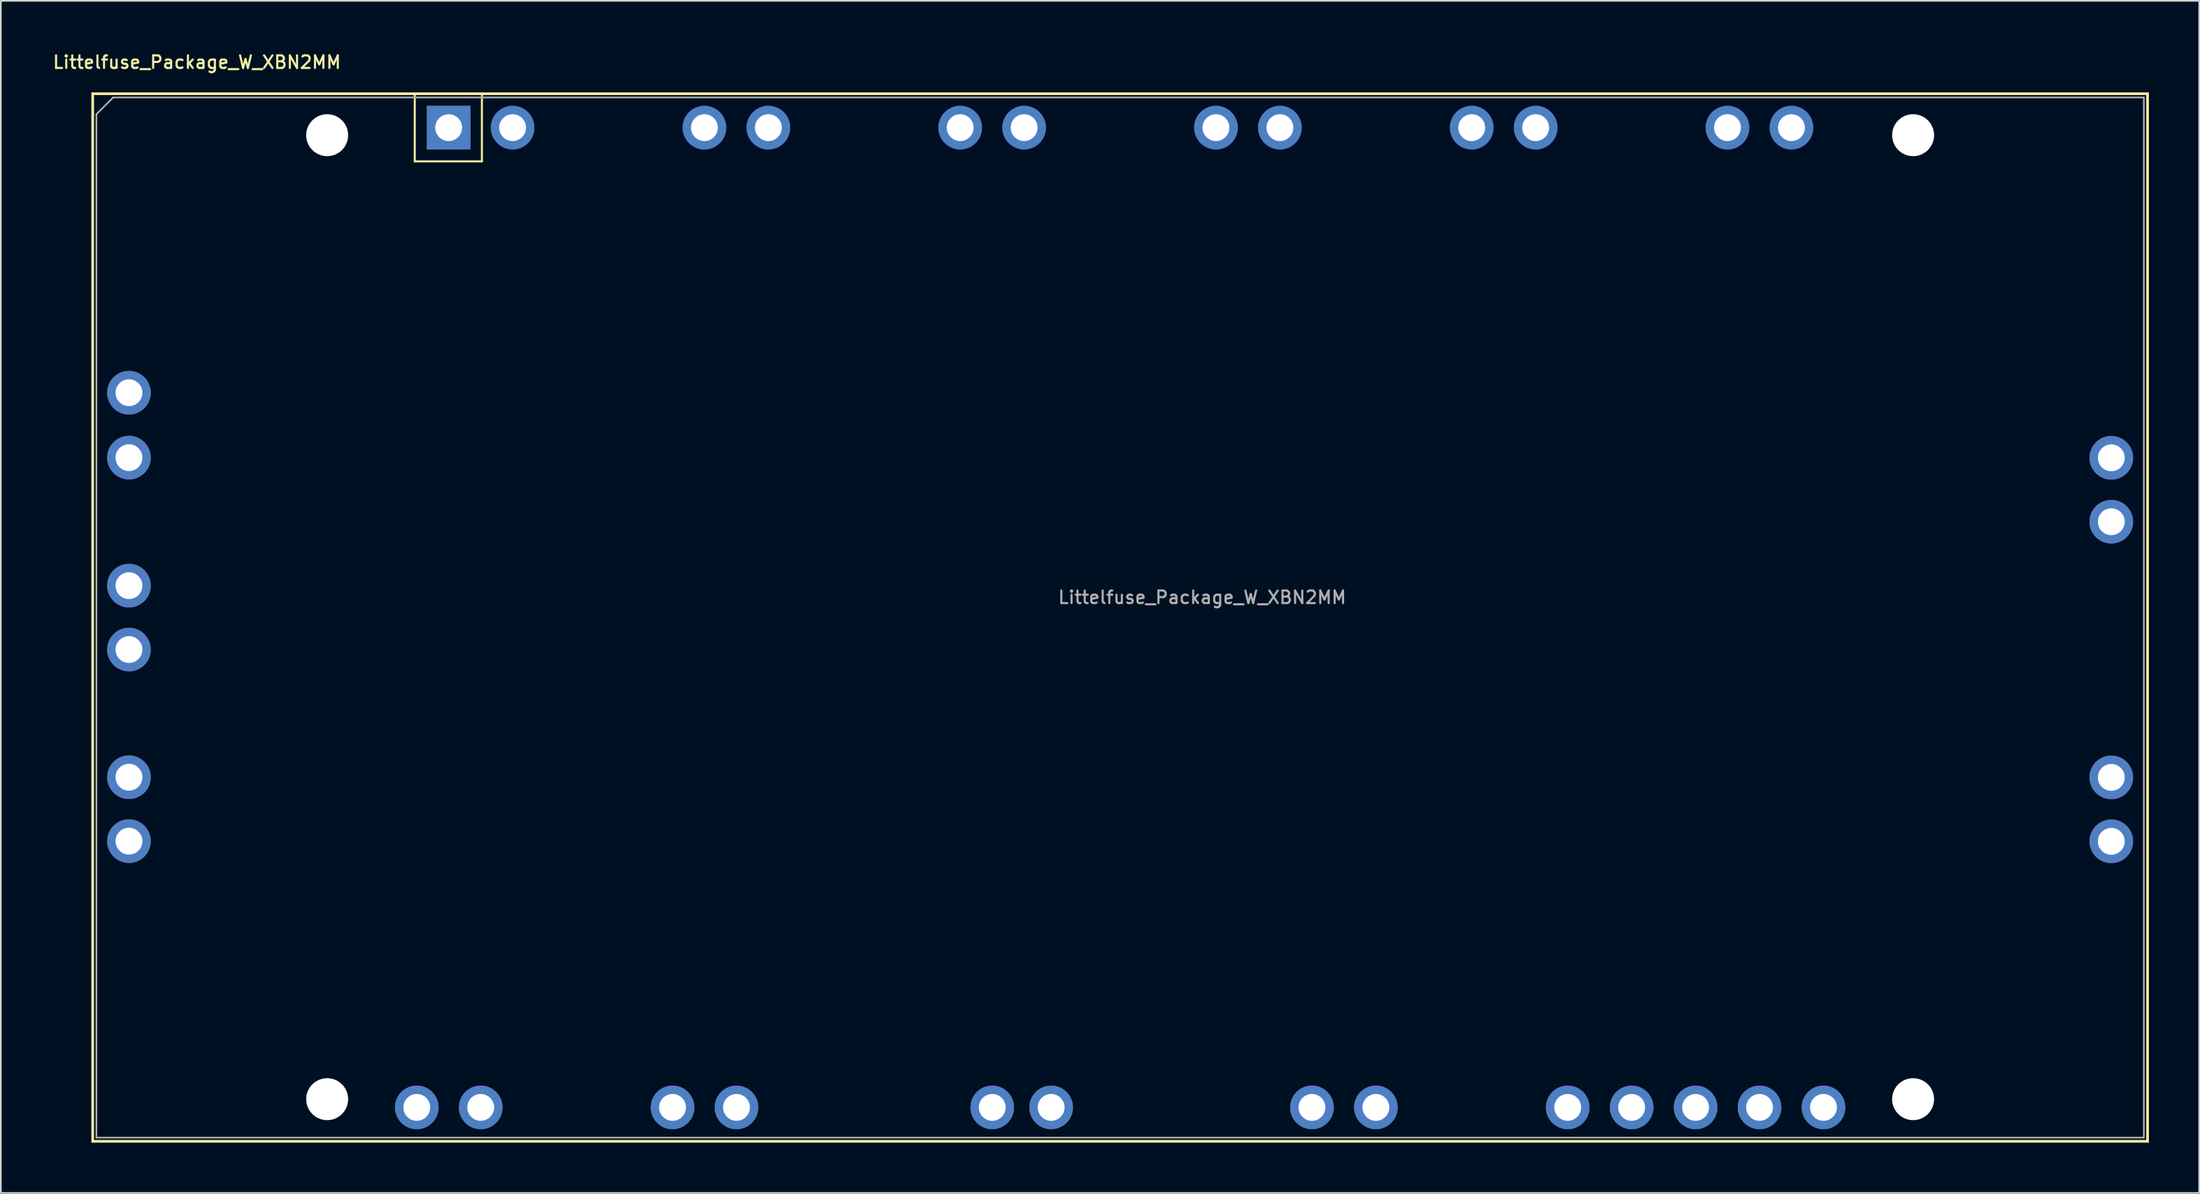
<source format=kicad_pcb>
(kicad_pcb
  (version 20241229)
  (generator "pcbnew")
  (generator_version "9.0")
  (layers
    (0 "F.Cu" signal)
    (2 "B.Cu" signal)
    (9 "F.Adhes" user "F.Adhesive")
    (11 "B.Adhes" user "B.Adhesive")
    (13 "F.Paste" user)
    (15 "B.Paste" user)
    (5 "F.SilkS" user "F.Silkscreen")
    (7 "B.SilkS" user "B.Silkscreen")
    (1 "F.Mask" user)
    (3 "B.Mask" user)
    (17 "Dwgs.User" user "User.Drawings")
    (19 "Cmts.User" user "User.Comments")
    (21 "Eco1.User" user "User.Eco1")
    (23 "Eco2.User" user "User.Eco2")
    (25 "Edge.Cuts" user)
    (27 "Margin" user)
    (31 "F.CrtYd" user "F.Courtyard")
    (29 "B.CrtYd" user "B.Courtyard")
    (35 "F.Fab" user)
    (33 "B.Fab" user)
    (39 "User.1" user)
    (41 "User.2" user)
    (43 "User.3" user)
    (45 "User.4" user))
  (footprint "Littelfuse_Package_W_XBN2MM"
    (layer "F.Cu")
    (at 23.684 4.558)
    (property "Reference" "Littelfuse_Package_W_XBN2MM" (at -15 -3.9 180) (layer "F.SilkS") (effects (font (size 0.75 0.75) (thickness 0.125))))
    (attr through_hole)
    (fp_line (start -21.24 -2.05) (end -21.24 60.45) (stroke (width 0.1) (type solid)) (layer "F.SilkS"))
    (fp_line (start -21.24 60.45) (end 101.26 60.45) (stroke (width 0.1) (type solid)) (layer "F.SilkS"))
    (fp_line (start -21.19 -2) (end 101.21 -2) (stroke (width 0.12) (type solid)) (layer "F.SilkS"))
    (fp_line (start -21.19 60.4) (end -21.19 -2) (stroke (width 0.12) (type solid)) (layer "F.SilkS"))
    (fp_line (start -2.02 -1.99) (end -2.02 2.01) (stroke (width 0.12) (type solid)) (layer "F.SilkS"))
    (fp_line (start -2.02 2.01) (end 1.98 2.01) (stroke (width 0.12) (type solid)) (layer "F.SilkS"))
    (fp_line (start 1.98 2.01) (end 1.98 -1.99) (stroke (width 0.12) (type solid)) (layer "F.SilkS"))
    (fp_line (start 101.21 -2) (end 101.21 60.4) (stroke (width 0.12) (type solid)) (layer "F.SilkS"))
    (fp_line (start 101.21 60.4) (end -21.19 60.4) (stroke (width 0.12) (type solid)) (layer "F.SilkS"))
    (fp_line (start 101.26 -2.05) (end -21.24 -2.05) (stroke (width 0.1) (type solid)) (layer "F.SilkS"))
    (fp_line (start 101.26 60.45) (end 101.26 -2.05) (stroke (width 0.1) (type solid)) (layer "F.SilkS"))
    (fp_line (start -20.99 60.2) (end -20.99 -0.8) (stroke (width 0.1) (type solid)) (layer "F.Fab"))
    (fp_line (start -19.99 -1.8) (end -20.99 -0.8) (stroke (width 0.1) (type solid)) (layer "F.Fab"))
    (fp_line (start -19.99 -1.8) (end 101.01 -1.8) (stroke (width 0.1) (type solid)) (layer "F.Fab"))
    (fp_line (start 101.01 -1.8) (end 101.01 60.2) (stroke (width 0.1) (type solid)) (layer "F.Fab"))
    (fp_line (start 101.01 60.2) (end -20.99 60.2) (stroke (width 0.1) (type solid)) (layer "F.Fab"))
    (fp_text user "${REFERENCE}" (at 44.9 28 180) (layer "F.Fab") (effects (font (size 0.75 0.75) (thickness 0.125))))
    (pad "" np_thru_hole circle (at -7.24 0.45) (size 2.5 2.5) (drill 2.5) (layers "*.Cu" "*.Mask"))
    (pad "" np_thru_hole circle (at -7.24 57.91) (size 2.5 2.5) (drill 2.5) (layers "*.Cu" "*.Mask"))
    (pad "" np_thru_hole circle (at 87.26 0.45) (size 2.5 2.5) (drill 2.5) (layers "*.Cu" "*.Mask"))
    (pad "" np_thru_hole circle (at 87.26 57.91) (size 2.5 2.5) (drill 2.5) (layers "*.Cu" "*.Mask"))
    (pad "1" thru_hole rect (at 0 0) (size 2.6 2.6) (drill 1.6) (layers "*.Cu" "*.Mask"))
    (pad "1" thru_hole circle (at 3.81 0) (size 2.6 2.6) (drill 1.6) (layers "*.Cu" "*.Mask"))
    (pad "2" thru_hole circle (at 15.24 0) (size 2.6 2.6) (drill 1.6) (layers "*.Cu" "*.Mask"))
    (pad "2" thru_hole circle (at 19.05 0) (size 2.6 2.6) (drill 1.6) (layers "*.Cu" "*.Mask"))
    (pad "3" thru_hole circle (at 30.48 0) (size 2.6 2.6) (drill 1.6) (layers "*.Cu" "*.Mask"))
    (pad "3" thru_hole circle (at 34.29 0) (size 2.6 2.6) (drill 1.6) (layers "*.Cu" "*.Mask"))
    (pad "4" thru_hole circle (at 45.72 0) (size 2.6 2.6) (drill 1.6) (layers "*.Cu" "*.Mask"))
    (pad "4" thru_hole circle (at 49.53 0) (size 2.6 2.6) (drill 1.6) (layers "*.Cu" "*.Mask"))
    (pad "5" thru_hole circle (at 60.96 0) (size 2.6 2.6) (drill 1.6) (layers "*.Cu" "*.Mask"))
    (pad "5" thru_hole circle (at 64.77 0) (size 2.6 2.6) (drill 1.6) (layers "*.Cu" "*.Mask"))
    (pad "6" thru_hole circle (at 76.2 0) (size 2.6 2.6) (drill 1.6) (layers "*.Cu" "*.Mask"))
    (pad "6" thru_hole circle (at 80.01 0) (size 2.6 2.6) (drill 1.6) (layers "*.Cu" "*.Mask"))
    (pad "7" thru_hole circle (at 99.07 19.68) (size 2.6 2.6) (drill 1.6) (layers "*.Cu" "*.Mask"))
    (pad "7" thru_hole circle (at 99.07 23.49) (size 2.6 2.6) (drill 1.6) (layers "*.Cu" "*.Mask"))
    (pad "8" thru_hole circle (at 99.07 38.73) (size 2.6 2.6) (drill 1.6) (layers "*.Cu" "*.Mask"))
    (pad "9" thru_hole circle (at 99.07 42.54) (size 2.6 2.6) (drill 1.6) (layers "*.Cu" "*.Mask"))
    (pad "10" thru_hole circle (at 81.92 58.4) (size 2.6 2.6) (drill 1.6) (layers "*.Cu" "*.Mask"))
    (pad "11" thru_hole circle (at 78.11 58.4) (size 2.6 2.6) (drill 1.6) (layers "*.Cu" "*.Mask"))
    (pad "12" thru_hole circle (at 74.3 58.4) (size 2.6 2.6) (drill 1.6) (layers "*.Cu" "*.Mask"))
    (pad "13" thru_hole circle (at 70.49 58.4) (size 2.6 2.6) (drill 1.6) (layers "*.Cu" "*.Mask"))
    (pad "14" thru_hole circle (at 66.68 58.4) (size 2.6 2.6) (drill 1.6) (layers "*.Cu" "*.Mask"))
    (pad "15" thru_hole circle (at 55.25 58.4) (size 2.6 2.6) (drill 1.6) (layers "*.Cu" "*.Mask"))
    (pad "16" thru_hole circle (at 51.44 58.4) (size 2.6 2.6) (drill 1.6) (layers "*.Cu" "*.Mask"))
    (pad "17" thru_hole circle (at 35.9 58.4) (size 2.6 2.6) (drill 1.6) (layers "*.Cu" "*.Mask"))
    (pad "18" thru_hole circle (at 32.39 58.4) (size 2.6 2.6) (drill 1.6) (layers "*.Cu" "*.Mask"))
    (pad "19" thru_hole circle (at 17.15 58.4) (size 2.6 2.6) (drill 1.6) (layers "*.Cu" "*.Mask"))
    (pad "20" thru_hole circle (at 13.34 58.4) (size 2.6 2.6) (drill 1.6) (layers "*.Cu" "*.Mask"))
    (pad "21" thru_hole circle (at -1.9 58.4) (size 2.6 2.6) (drill 1.6) (layers "*.Cu" "*.Mask"))
    (pad "21" thru_hole circle (at 1.91 58.4) (size 2.6 2.6) (drill 1.6) (layers "*.Cu" "*.Mask"))
    (pad "22" thru_hole circle (at -19.05 38.72) (size 2.6 2.6) (drill 1.6) (layers "*.Cu" "*.Mask"))
    (pad "22" thru_hole circle (at -19.05 42.53) (size 2.6 2.6) (drill 1.6) (layers "*.Cu" "*.Mask"))
    (pad "23" thru_hole circle (at -19.05 27.3) (size 2.6 2.6) (drill 1.6) (layers "*.Cu" "*.Mask"))
    (pad "23" thru_hole circle (at -19.05 31.11) (size 2.6 2.6) (drill 1.6) (layers "*.Cu" "*.Mask"))
    (pad "24" thru_hole circle (at -19.05 15.8) (size 2.6 2.6) (drill 1.6) (layers "*.Cu" "*.Mask"))
    (pad "24" thru_hole circle (at -19.05 19.67) (size 2.6 2.6) (drill 1.6) (layers "*.Cu" "*.Mask"))
    (zone (net_name "") (layers "F.Cu" "B.Cu") (name "MH") (hatch full 0.508) (connect_pads) (min_thickness 0.254) (filled_areas_thickness no) (keepout (tracks not_allowed) (vias not_allowed) (pads not_allowed) (copperpour not_allowed) (footprints not_allowed)) (placement (enabled no)) (fill) (polygon (pts (xy 14.199 8.758) (xy 14.18 8.297) (xy 14.122 7.84) (xy 14.026 7.389) (xy 13.893 6.948) (xy 13.723 6.519) (xy 13.518 6.106) (xy 13.279 5.712) (xy 13.008 5.339) (xy 12.707 4.99) (xy 12.377 4.667) (xy 12.022 4.373) (xy 11.644 4.11) (xy 11.244 3.88) (xy 10.827 3.683) (xy 10.395 3.523) (xy 9.951 3.399) (xy 9.498 3.312) (xy 9.04 3.264) (xy 8.579 3.254) (xy 8.119 3.283) (xy 7.662 3.351) (xy 7.214 3.456) (xy 6.775 3.598) (xy 6.35 3.777) (xy 5.941 3.991) (xy 5.552 4.238) (xy 5.185 4.516) (xy 4.842 4.825) (xy 4.527 5.161) (xy 4.24 5.522) (xy 3.985 5.906) (xy 3.763 6.31) (xy 3.576 6.732) (xy 3.424 7.167) (xy 3.309 7.614) (xy 3.232 8.068) (xy 3.194 8.528) (xy 3.194 8.989) (xy 3.232 9.448) (xy 3.309 9.903) (xy 3.424 10.349) (xy 3.576 10.785) (xy 3.763 11.206) (xy 3.985 11.61) (xy 4.24 11.994) (xy 4.527 12.355) (xy 4.842 12.691) (xy 5.185 13) (xy 5.552 13.279) (xy 5.941 13.526) (xy 6.35 13.739) (xy 6.775 13.918) (xy 7.214 14.06) (xy 7.662 14.166) (xy 8.119 14.233) (xy 8.579 14.262) (xy 9.04 14.252) (xy 9.498 14.204) (xy 9.951 14.118) (xy 10.395 13.994) (xy 10.827 13.833) (xy 11.244 13.637) (xy 11.644 13.406) (xy 12.022 13.143) (xy 12.377 12.849) (xy 12.707 12.527) (xy 13.008 12.178) (xy 13.279 11.805) (xy 13.518 11.41) (xy 13.723 10.997) (xy 13.893 10.569) (xy 14.026 10.127) (xy 14.122 9.676) (xy 14.18 9.219))))
    (zone (net_name "") (layers "F.Cu" "B.Cu") (name "MH") (hatch full 0.508) (connect_pads) (min_thickness 0.254) (filled_areas_thickness no) (keepout (tracks not_allowed) (vias not_allowed) (pads not_allowed) (copperpour not_allowed) (footprints not_allowed)) (placement (enabled no)) (fill) (polygon (pts (xy 14.199 58.758) (xy 14.18 58.297) (xy 14.122 57.84) (xy 14.026 57.389) (xy 13.893 56.948) (xy 13.723 56.519) (xy 13.518 56.106) (xy 13.279 55.712) (xy 13.008 55.339) (xy 12.707 54.99) (xy 12.377 54.667) (xy 12.022 54.373) (xy 11.644 54.11) (xy 11.244 53.88) (xy 10.827 53.683) (xy 10.395 53.523) (xy 9.951 53.399) (xy 9.498 53.312) (xy 9.04 53.264) (xy 8.579 53.254) (xy 8.119 53.283) (xy 7.662 53.351) (xy 7.214 53.456) (xy 6.775 53.598) (xy 6.35 53.777) (xy 5.941 53.991) (xy 5.552 54.238) (xy 5.185 54.516) (xy 4.842 54.825) (xy 4.527 55.161) (xy 4.24 55.522) (xy 3.985 55.906) (xy 3.763 56.31) (xy 3.576 56.732) (xy 3.424 57.167) (xy 3.309 57.614) (xy 3.232 58.068) (xy 3.194 58.528) (xy 3.194 58.989) (xy 3.232 59.448) (xy 3.309 59.903) (xy 3.424 60.349) (xy 3.576 60.785) (xy 3.763 61.206) (xy 3.985 61.61) (xy 4.24 61.994) (xy 4.527 62.355) (xy 4.842 62.691) (xy 5.185 63) (xy 5.552 63.279) (xy 5.941 63.526) (xy 6.35 63.739) (xy 6.775 63.918) (xy 7.214 64.06) (xy 7.662 64.166) (xy 8.119 64.233) (xy 8.579 64.262) (xy 9.04 64.252) (xy 9.498 64.204) (xy 9.951 64.118) (xy 10.395 63.994) (xy 10.827 63.833) (xy 11.244 63.637) (xy 11.644 63.406) (xy 12.022 63.143) (xy 12.377 62.849) (xy 12.707 62.527) (xy 13.008 62.178) (xy 13.279 61.805) (xy 13.518 61.41) (xy 13.723 60.997) (xy 13.893 60.569) (xy 14.026 60.127) (xy 14.122 59.676) (xy 14.18 59.219))))
    (zone (net_name "") (layers "F.Cu" "B.Cu") (name "MH") (hatch full 0.508) (connect_pads) (min_thickness 0.254) (filled_areas_thickness no) (keepout (tracks not_allowed) (vias not_allowed) (pads not_allowed) (copperpour not_allowed) (footprints not_allowed)) (placement (enabled no)) (fill) (polygon (pts (xy 124.199 8.758) (xy 124.18 8.297) (xy 124.122 7.84) (xy 124.026 7.389) (xy 123.893 6.948) (xy 123.723 6.519) (xy 123.518 6.106) (xy 123.279 5.712) (xy 123.008 5.339) (xy 122.707 4.99) (xy 122.377 4.667) (xy 122.022 4.373) (xy 121.644 4.11) (xy 121.244 3.88) (xy 120.827 3.683) (xy 120.395 3.523) (xy 119.951 3.399) (xy 119.498 3.312) (xy 119.04 3.264) (xy 118.579 3.254) (xy 118.119 3.283) (xy 117.662 3.351) (xy 117.214 3.456) (xy 116.775 3.598) (xy 116.35 3.777) (xy 115.941 3.991) (xy 115.552 4.238) (xy 115.185 4.516) (xy 114.842 4.825) (xy 114.527 5.161) (xy 114.24 5.522) (xy 113.985 5.906) (xy 113.763 6.31) (xy 113.576 6.732) (xy 113.424 7.167) (xy 113.309 7.614) (xy 113.232 8.068) (xy 113.194 8.528) (xy 113.194 8.989) (xy 113.232 9.448) (xy 113.309 9.903) (xy 113.424 10.349) (xy 113.576 10.785) (xy 113.763 11.206) (xy 113.985 11.61) (xy 114.24 11.994) (xy 114.527 12.355) (xy 114.842 12.691) (xy 115.185 13) (xy 115.552 13.279) (xy 115.941 13.526) (xy 116.35 13.739) (xy 116.775 13.918) (xy 117.214 14.06) (xy 117.662 14.166) (xy 118.119 14.233) (xy 118.579 14.262) (xy 119.04 14.252) (xy 119.498 14.204) (xy 119.951 14.118) (xy 120.395 13.994) (xy 120.827 13.833) (xy 121.244 13.637) (xy 121.644 13.406) (xy 122.022 13.143) (xy 122.377 12.849) (xy 122.707 12.527) (xy 123.008 12.178) (xy 123.279 11.805) (xy 123.518 11.41) (xy 123.723 10.997) (xy 123.893 10.569) (xy 124.026 10.127) (xy 124.122 9.676) (xy 124.18 9.219))))
    (zone (net_name "") (layers "F.Cu" "B.Cu") (name "MH") (hatch full 0.508) (connect_pads) (min_thickness 0.254) (filled_areas_thickness no) (keepout (tracks not_allowed) (vias not_allowed) (pads not_allowed) (copperpour not_allowed) (footprints not_allowed)) (placement (enabled no)) (fill) (polygon (pts (xy 124.199 58.758) (xy 124.18 58.297) (xy 124.122 57.84) (xy 124.026 57.389) (xy 123.893 56.948) (xy 123.723 56.519) (xy 123.518 56.106) (xy 123.279 55.712) (xy 123.008 55.339) (xy 122.707 54.99) (xy 122.377 54.667) (xy 122.022 54.373) (xy 121.644 54.11) (xy 121.244 53.88) (xy 120.827 53.683) (xy 120.395 53.523) (xy 119.951 53.399) (xy 119.498 53.312) (xy 119.04 53.264) (xy 118.579 53.254) (xy 118.119 53.283) (xy 117.662 53.351) (xy 117.214 53.456) (xy 116.775 53.598) (xy 116.35 53.777) (xy 115.941 53.991) (xy 115.552 54.238) (xy 115.185 54.516) (xy 114.842 54.825) (xy 114.527 55.161) (xy 114.24 55.522) (xy 113.985 55.906) (xy 113.763 56.31) (xy 113.576 56.732) (xy 113.424 57.167) (xy 113.309 57.614) (xy 113.232 58.068) (xy 113.194 58.528) (xy 113.194 58.989) (xy 113.232 59.448) (xy 113.309 59.903) (xy 113.424 60.349) (xy 113.576 60.785) (xy 113.763 61.206) (xy 113.985 61.61) (xy 114.24 61.994) (xy 114.527 62.355) (xy 114.842 62.691) (xy 115.185 63) (xy 115.552 63.279) (xy 115.941 63.526) (xy 116.35 63.739) (xy 116.775 63.918) (xy 117.214 64.06) (xy 117.662 64.166) (xy 118.119 64.233) (xy 118.579 64.262) (xy 119.04 64.252) (xy 119.498 64.204) (xy 119.951 64.118) (xy 120.395 63.994) (xy 120.827 63.833) (xy 121.244 63.637) (xy 121.644 63.406) (xy 122.022 63.143) (xy 122.377 62.849) (xy 122.707 62.527) (xy 123.008 62.178) (xy 123.279 61.805) (xy 123.518 61.41) (xy 123.723 60.997) (xy 123.893 60.569) (xy 124.026 60.127) (xy 124.122 59.676) (xy 124.18 59.219)))))
  (gr_rect
    (start -3 -3)
    (end 127.994 68.058)
    (stroke (width 0.1) (type default))
    (fill no)
    (layer "Edge.Cuts")))
</source>
